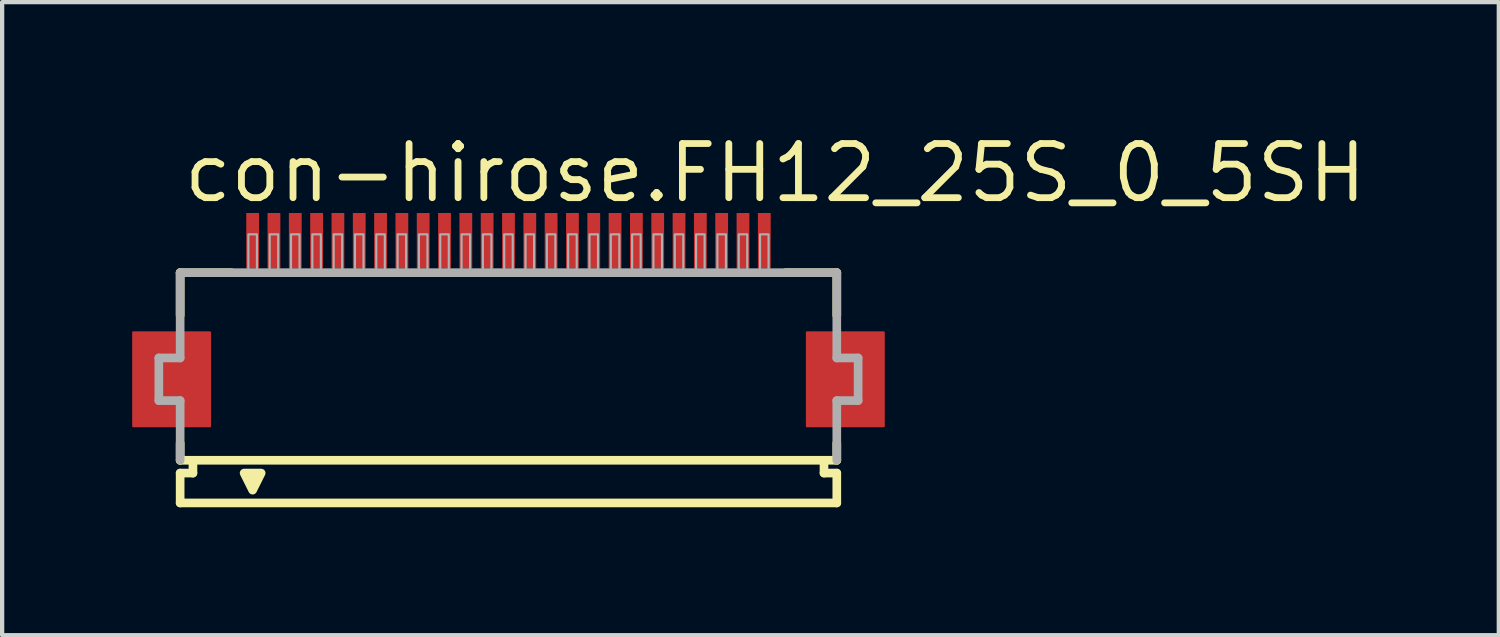
<source format=kicad_pcb>
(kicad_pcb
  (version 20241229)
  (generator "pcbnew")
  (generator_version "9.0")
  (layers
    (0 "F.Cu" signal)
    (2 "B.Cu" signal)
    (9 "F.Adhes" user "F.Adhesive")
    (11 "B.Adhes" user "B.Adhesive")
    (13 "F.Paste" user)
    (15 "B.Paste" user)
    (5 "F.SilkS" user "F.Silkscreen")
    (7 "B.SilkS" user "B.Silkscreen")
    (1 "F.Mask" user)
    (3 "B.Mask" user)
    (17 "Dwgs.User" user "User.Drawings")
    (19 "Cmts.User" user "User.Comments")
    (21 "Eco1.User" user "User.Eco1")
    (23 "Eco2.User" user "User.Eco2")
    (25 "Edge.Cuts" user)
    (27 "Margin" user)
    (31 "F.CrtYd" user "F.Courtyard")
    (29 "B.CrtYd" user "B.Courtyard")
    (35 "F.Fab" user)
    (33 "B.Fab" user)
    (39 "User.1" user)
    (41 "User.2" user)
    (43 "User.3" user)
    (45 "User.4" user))
  (footprint "con-hirose.FH12_25S_0_5SH"
    (layer "F.Cu")
    (at 8.875 5.845)
    (property "Reference" "con-hirose.FH12_25S_0_5SH" (at -7.698 -4.095 0) (layer "F.SilkS") (effects (font (size 1.27 1.27) (thickness 0.16)) (justify left bottom)))
    (attr smd)
    (fp_rect (start -8.8 1.1) (end -7 -1.1) (stroke (width 0.05) (type default)) (fill yes) (layer "F.Cu"))
    (fp_rect (start 7 1.1) (end 8.8 -1.1) (stroke (width 0.05) (type default)) (fill yes) (layer "F.Cu"))
    (fp_rect (start -8.85 1.175) (end -6.95 -1.175) (stroke (width 0.05) (type default)) (fill yes) (layer "F.Mask"))
    (fp_rect (start -6.2 -2.55) (end -5.8 -3.95) (stroke (width 0.05) (type default)) (fill yes) (layer "F.Mask"))
    (fp_rect (start -5.7 -2.55) (end -5.3 -3.95) (stroke (width 0.05) (type default)) (fill yes) (layer "F.Mask"))
    (fp_rect (start -5.2 -2.55) (end -4.8 -3.95) (stroke (width 0.05) (type default)) (fill yes) (layer "F.Mask"))
    (fp_rect (start -4.7 -2.55) (end -4.3 -3.95) (stroke (width 0.05) (type default)) (fill yes) (layer "F.Mask"))
    (fp_rect (start -4.2 -2.55) (end -3.8 -3.95) (stroke (width 0.05) (type default)) (fill yes) (layer "F.Mask"))
    (fp_rect (start -3.7 -2.55) (end -3.3 -3.95) (stroke (width 0.05) (type default)) (fill yes) (layer "F.Mask"))
    (fp_rect (start -3.2 -2.55) (end -2.8 -3.95) (stroke (width 0.05) (type default)) (fill yes) (layer "F.Mask"))
    (fp_rect (start -2.7 -2.55) (end -2.3 -3.95) (stroke (width 0.05) (type default)) (fill yes) (layer "F.Mask"))
    (fp_rect (start -2.2 -2.55) (end -1.8 -3.95) (stroke (width 0.05) (type default)) (fill yes) (layer "F.Mask"))
    (fp_rect (start -1.7 -2.55) (end -1.3 -3.95) (stroke (width 0.05) (type default)) (fill yes) (layer "F.Mask"))
    (fp_rect (start -1.2 -2.55) (end -0.8 -3.95) (stroke (width 0.05) (type default)) (fill yes) (layer "F.Mask"))
    (fp_rect (start -0.7 -2.55) (end -0.3 -3.95) (stroke (width 0.05) (type default)) (fill yes) (layer "F.Mask"))
    (fp_rect (start -0.2 -2.55) (end 0.2 -3.95) (stroke (width 0.05) (type default)) (fill yes) (layer "F.Mask"))
    (fp_rect (start 0.3 -2.55) (end 0.7 -3.95) (stroke (width 0.05) (type default)) (fill yes) (layer "F.Mask"))
    (fp_rect (start 0.8 -2.55) (end 1.2 -3.95) (stroke (width 0.05) (type default)) (fill yes) (layer "F.Mask"))
    (fp_rect (start 1.3 -2.55) (end 1.7 -3.95) (stroke (width 0.05) (type default)) (fill yes) (layer "F.Mask"))
    (fp_rect (start 1.8 -2.55) (end 2.2 -3.95) (stroke (width 0.05) (type default)) (fill yes) (layer "F.Mask"))
    (fp_rect (start 2.3 -2.55) (end 2.7 -3.95) (stroke (width 0.05) (type default)) (fill yes) (layer "F.Mask"))
    (fp_rect (start 2.8 -2.55) (end 3.2 -3.95) (stroke (width 0.05) (type default)) (fill yes) (layer "F.Mask"))
    (fp_rect (start 3.3 -2.55) (end 3.7 -3.95) (stroke (width 0.05) (type default)) (fill yes) (layer "F.Mask"))
    (fp_rect (start 3.8 -2.55) (end 4.2 -3.95) (stroke (width 0.05) (type default)) (fill yes) (layer "F.Mask"))
    (fp_rect (start 4.3 -2.55) (end 4.7 -3.95) (stroke (width 0.05) (type default)) (fill yes) (layer "F.Mask"))
    (fp_rect (start 4.8 -2.55) (end 5.2 -3.95) (stroke (width 0.05) (type default)) (fill yes) (layer "F.Mask"))
    (fp_rect (start 5.3 -2.55) (end 5.7 -3.95) (stroke (width 0.05) (type default)) (fill yes) (layer "F.Mask"))
    (fp_rect (start 5.8 -2.55) (end 6.2 -3.95) (stroke (width 0.05) (type default)) (fill yes) (layer "F.Mask"))
    (fp_rect (start 6.95 1.175) (end 8.85 -1.175) (stroke (width 0.05) (type default)) (fill yes) (layer "F.Mask"))
    (fp_line (start -7.7 -2.5) (end -7.7 -1.5) (stroke (width 0.203) (type default)) (layer "F.SilkS"))
    (fp_line (start -7.7 1.5) (end -7.7 1.9) (stroke (width 0.203) (type default)) (layer "F.SilkS"))
    (fp_line (start -7.7 1.9) (end -7.4 1.9) (stroke (width 0.203) (type default)) (layer "F.SilkS"))
    (fp_line (start -7.7 2.2) (end -7.7 2.9) (stroke (width 0.203) (type default)) (layer "F.SilkS"))
    (fp_line (start -7.4 1.9) (end -7.4 2.2) (stroke (width 0.203) (type default)) (layer "F.SilkS"))
    (fp_line (start -7.4 2.2) (end -7.7 2.2) (stroke (width 0.203) (type default)) (layer "F.SilkS"))
    (fp_line (start -6.5 -2.5) (end -7.7 -2.5) (stroke (width 0.203) (type default)) (layer "F.SilkS"))
    (fp_line (start 7.4 1.9) (end -7.4 1.9) (stroke (width 0.203) (type default)) (layer "F.SilkS"))
    (fp_line (start 7.4 1.9) (end 7.7 1.9) (stroke (width 0.203) (type default)) (layer "F.SilkS"))
    (fp_line (start 7.4 2.2) (end 7.4 1.9) (stroke (width 0.203) (type default)) (layer "F.SilkS"))
    (fp_line (start 7.7 -2.5) (end 6.5 -2.5) (stroke (width 0.203) (type default)) (layer "F.SilkS"))
    (fp_line (start 7.7 -1.5) (end 7.7 -2.5) (stroke (width 0.203) (type default)) (layer "F.SilkS"))
    (fp_line (start 7.7 1.9) (end 7.7 1.5) (stroke (width 0.203) (type default)) (layer "F.SilkS"))
    (fp_line (start 7.7 2.2) (end 7.4 2.2) (stroke (width 0.203) (type default)) (layer "F.SilkS"))
    (fp_line (start 7.7 2.9) (end -7.7 2.9) (stroke (width 0.203) (type default)) (layer "F.SilkS"))
    (fp_line (start 7.7 2.9) (end 7.7 2.2) (stroke (width 0.203) (type default)) (layer "F.SilkS"))
    (fp_poly (pts (xy -6.2 2.2) (xy -6 2.6) (xy -5.8 2.2)) (stroke (width 0.203) (type default)) (fill yes) (layer "F.SilkS"))
    (fp_rect (start -8.725 1.025) (end -7.075 -1.025) (stroke (width 0.05) (type default)) (fill yes) (layer "F.Paste"))
    (fp_rect (start -6.125 -2.625) (end -5.875 -3.875) (stroke (width 0.05) (type default)) (fill yes) (layer "F.Paste"))
    (fp_rect (start -5.625 -2.625) (end -5.375 -3.875) (stroke (width 0.05) (type default)) (fill yes) (layer "F.Paste"))
    (fp_rect (start -5.125 -2.625) (end -4.875 -3.875) (stroke (width 0.05) (type default)) (fill yes) (layer "F.Paste"))
    (fp_rect (start -4.625 -2.625) (end -4.375 -3.875) (stroke (width 0.05) (type default)) (fill yes) (layer "F.Paste"))
    (fp_rect (start -4.125 -2.625) (end -3.875 -3.875) (stroke (width 0.05) (type default)) (fill yes) (layer "F.Paste"))
    (fp_rect (start -3.625 -2.625) (end -3.375 -3.875) (stroke (width 0.05) (type default)) (fill yes) (layer "F.Paste"))
    (fp_rect (start -3.125 -2.625) (end -2.875 -3.875) (stroke (width 0.05) (type default)) (fill yes) (layer "F.Paste"))
    (fp_rect (start -2.625 -2.625) (end -2.375 -3.875) (stroke (width 0.05) (type default)) (fill yes) (layer "F.Paste"))
    (fp_rect (start -2.125 -2.625) (end -1.875 -3.875) (stroke (width 0.05) (type default)) (fill yes) (layer "F.Paste"))
    (fp_rect (start -1.625 -2.625) (end -1.375 -3.875) (stroke (width 0.05) (type default)) (fill yes) (layer "F.Paste"))
    (fp_rect (start -1.125 -2.625) (end -0.875 -3.875) (stroke (width 0.05) (type default)) (fill yes) (layer "F.Paste"))
    (fp_rect (start -0.625 -2.625) (end -0.375 -3.875) (stroke (width 0.05) (type default)) (fill yes) (layer "F.Paste"))
    (fp_rect (start -0.125 -2.625) (end 0.125 -3.875) (stroke (width 0.05) (type default)) (fill yes) (layer "F.Paste"))
    (fp_rect (start 0.375 -2.625) (end 0.625 -3.875) (stroke (width 0.05) (type default)) (fill yes) (layer "F.Paste"))
    (fp_rect (start 0.875 -2.625) (end 1.125 -3.875) (stroke (width 0.05) (type default)) (fill yes) (layer "F.Paste"))
    (fp_rect (start 1.375 -2.625) (end 1.625 -3.875) (stroke (width 0.05) (type default)) (fill yes) (layer "F.Paste"))
    (fp_rect (start 1.875 -2.625) (end 2.125 -3.875) (stroke (width 0.05) (type default)) (fill yes) (layer "F.Paste"))
    (fp_rect (start 2.375 -2.625) (end 2.625 -3.875) (stroke (width 0.05) (type default)) (fill yes) (layer "F.Paste"))
    (fp_rect (start 2.875 -2.625) (end 3.125 -3.875) (stroke (width 0.05) (type default)) (fill yes) (layer "F.Paste"))
    (fp_rect (start 3.375 -2.625) (end 3.625 -3.875) (stroke (width 0.05) (type default)) (fill yes) (layer "F.Paste"))
    (fp_rect (start 3.875 -2.625) (end 4.125 -3.875) (stroke (width 0.05) (type default)) (fill yes) (layer "F.Paste"))
    (fp_rect (start 4.375 -2.625) (end 4.625 -3.875) (stroke (width 0.05) (type default)) (fill yes) (layer "F.Paste"))
    (fp_rect (start 4.875 -2.625) (end 5.125 -3.875) (stroke (width 0.05) (type default)) (fill yes) (layer "F.Paste"))
    (fp_rect (start 5.375 -2.625) (end 5.625 -3.875) (stroke (width 0.05) (type default)) (fill yes) (layer "F.Paste"))
    (fp_rect (start 5.875 -2.625) (end 6.125 -3.875) (stroke (width 0.05) (type default)) (fill yes) (layer "F.Paste"))
    (fp_rect (start 7.075 1.025) (end 8.725 -1.025) (stroke (width 0.05) (type default)) (fill yes) (layer "F.Paste"))
    (fp_line (start -8.2 -0.5) (end -8.2 0.5) (stroke (width 0.203) (type default)) (layer "F.Fab"))
    (fp_line (start -8.2 0.5) (end -7.7 0.5) (stroke (width 0.203) (type default)) (layer "F.Fab"))
    (fp_line (start -7.7 -2.5) (end -7.7 -0.5) (stroke (width 0.203) (type default)) (layer "F.Fab"))
    (fp_line (start -7.7 -0.5) (end -8.2 -0.5) (stroke (width 0.203) (type default)) (layer "F.Fab"))
    (fp_line (start -7.7 0.5) (end -7.7 1.9) (stroke (width 0.203) (type default)) (layer "F.Fab"))
    (fp_line (start 7.7 -2.5) (end -7.7 -2.5) (stroke (width 0.203) (type default)) (layer "F.Fab"))
    (fp_line (start 7.7 -0.5) (end 7.7 -2.5) (stroke (width 0.203) (type default)) (layer "F.Fab"))
    (fp_line (start 7.7 0.5) (end 8.2 0.5) (stroke (width 0.203) (type default)) (layer "F.Fab"))
    (fp_line (start 7.7 1.9) (end 7.7 0.5) (stroke (width 0.203) (type default)) (layer "F.Fab"))
    (fp_line (start 8.2 -0.5) (end 7.7 -0.5) (stroke (width 0.203) (type default)) (layer "F.Fab"))
    (fp_line (start 8.2 0.5) (end 8.2 -0.5) (stroke (width 0.203) (type default)) (layer "F.Fab"))
    (fp_rect (start -6.1 -2.55) (end -5.9 -3.4) (stroke (width 0.05) (type default)) (fill no) (layer "F.Fab"))
    (fp_rect (start -5.6 -2.55) (end -5.4 -3.4) (stroke (width 0.05) (type default)) (fill no) (layer "F.Fab"))
    (fp_rect (start -5.1 -2.55) (end -4.9 -3.4) (stroke (width 0.05) (type default)) (fill no) (layer "F.Fab"))
    (fp_rect (start -4.6 -2.55) (end -4.4 -3.4) (stroke (width 0.05) (type default)) (fill no) (layer "F.Fab"))
    (fp_rect (start -4.1 -2.55) (end -3.9 -3.4) (stroke (width 0.05) (type default)) (fill no) (layer "F.Fab"))
    (fp_rect (start -3.6 -2.55) (end -3.4 -3.4) (stroke (width 0.05) (type default)) (fill no) (layer "F.Fab"))
    (fp_rect (start -3.1 -2.55) (end -2.9 -3.4) (stroke (width 0.05) (type default)) (fill no) (layer "F.Fab"))
    (fp_rect (start -2.6 -2.55) (end -2.4 -3.4) (stroke (width 0.05) (type default)) (fill no) (layer "F.Fab"))
    (fp_rect (start -2.1 -2.55) (end -1.9 -3.4) (stroke (width 0.05) (type default)) (fill no) (layer "F.Fab"))
    (fp_rect (start -1.6 -2.55) (end -1.4 -3.4) (stroke (width 0.05) (type default)) (fill no) (layer "F.Fab"))
    (fp_rect (start -1.1 -2.55) (end -0.9 -3.4) (stroke (width 0.05) (type default)) (fill no) (layer "F.Fab"))
    (fp_rect (start -0.6 -2.55) (end -0.4 -3.4) (stroke (width 0.05) (type default)) (fill no) (layer "F.Fab"))
    (fp_rect (start -0.1 -2.55) (end 0.1 -3.4) (stroke (width 0.05) (type default)) (fill no) (layer "F.Fab"))
    (fp_rect (start 0.4 -2.55) (end 0.6 -3.4) (stroke (width 0.05) (type default)) (fill no) (layer "F.Fab"))
    (fp_rect (start 0.9 -2.55) (end 1.1 -3.4) (stroke (width 0.05) (type default)) (fill no) (layer "F.Fab"))
    (fp_rect (start 1.4 -2.55) (end 1.6 -3.4) (stroke (width 0.05) (type default)) (fill no) (layer "F.Fab"))
    (fp_rect (start 1.9 -2.55) (end 2.1 -3.4) (stroke (width 0.05) (type default)) (fill no) (layer "F.Fab"))
    (fp_rect (start 2.4 -2.55) (end 2.6 -3.4) (stroke (width 0.05) (type default)) (fill no) (layer "F.Fab"))
    (fp_rect (start 2.9 -2.55) (end 3.1 -3.4) (stroke (width 0.05) (type default)) (fill no) (layer "F.Fab"))
    (fp_rect (start 3.4 -2.55) (end 3.6 -3.4) (stroke (width 0.05) (type default)) (fill no) (layer "F.Fab"))
    (fp_rect (start 3.9 -2.55) (end 4.1 -3.4) (stroke (width 0.05) (type default)) (fill no) (layer "F.Fab"))
    (fp_rect (start 4.4 -2.55) (end 4.6 -3.4) (stroke (width 0.05) (type default)) (fill no) (layer "F.Fab"))
    (fp_rect (start 4.9 -2.55) (end 5.1 -3.4) (stroke (width 0.05) (type default)) (fill no) (layer "F.Fab"))
    (fp_rect (start 5.4 -2.55) (end 5.6 -3.4) (stroke (width 0.05) (type default)) (fill no) (layer "F.Fab"))
    (fp_rect (start 5.9 -2.55) (end 6.1 -3.4) (stroke (width 0.05) (type default)) (fill no) (layer "F.Fab"))
    (pad "1" smd roundrect (at -6 -3.25) (size 0.3 1.3) (layers "F.Cu" "F.Mask" "F.Paste") (roundrect_rratio 0.01))
    (pad "2" smd roundrect (at -5.5 -3.25) (size 0.3 1.3) (layers "F.Cu" "F.Mask" "F.Paste") (roundrect_rratio 0.01))
    (pad "3" smd roundrect (at -5 -3.25) (size 0.3 1.3) (layers "F.Cu" "F.Mask" "F.Paste") (roundrect_rratio 0.01))
    (pad "4" smd roundrect (at -4.5 -3.25) (size 0.3 1.3) (layers "F.Cu" "F.Mask" "F.Paste") (roundrect_rratio 0.01))
    (pad "5" smd roundrect (at -4 -3.25) (size 0.3 1.3) (layers "F.Cu" "F.Mask" "F.Paste") (roundrect_rratio 0.01))
    (pad "6" smd roundrect (at -3.5 -3.25) (size 0.3 1.3) (layers "F.Cu" "F.Mask" "F.Paste") (roundrect_rratio 0.01))
    (pad "7" smd roundrect (at -3 -3.25) (size 0.3 1.3) (layers "F.Cu" "F.Mask" "F.Paste") (roundrect_rratio 0.01))
    (pad "8" smd roundrect (at -2.5 -3.25) (size 0.3 1.3) (layers "F.Cu" "F.Mask" "F.Paste") (roundrect_rratio 0.01))
    (pad "9" smd roundrect (at -2 -3.25) (size 0.3 1.3) (layers "F.Cu" "F.Mask" "F.Paste") (roundrect_rratio 0.01))
    (pad "10" smd roundrect (at -1.5 -3.25) (size 0.3 1.3) (layers "F.Cu" "F.Mask" "F.Paste") (roundrect_rratio 0.01))
    (pad "11" smd roundrect (at -1 -3.25) (size 0.3 1.3) (layers "F.Cu" "F.Mask" "F.Paste") (roundrect_rratio 0.01))
    (pad "12" smd roundrect (at -0.5 -3.25) (size 0.3 1.3) (layers "F.Cu" "F.Mask" "F.Paste") (roundrect_rratio 0.01))
    (pad "13" smd roundrect (at 0 -3.25) (size 0.3 1.3) (layers "F.Cu" "F.Mask" "F.Paste") (roundrect_rratio 0.01))
    (pad "14" smd roundrect (at 0.5 -3.25) (size 0.3 1.3) (layers "F.Cu" "F.Mask" "F.Paste") (roundrect_rratio 0.01))
    (pad "15" smd roundrect (at 1 -3.25) (size 0.3 1.3) (layers "F.Cu" "F.Mask" "F.Paste") (roundrect_rratio 0.01))
    (pad "16" smd roundrect (at 1.5 -3.25) (size 0.3 1.3) (layers "F.Cu" "F.Mask" "F.Paste") (roundrect_rratio 0.01))
    (pad "17" smd roundrect (at 2 -3.25) (size 0.3 1.3) (layers "F.Cu" "F.Mask" "F.Paste") (roundrect_rratio 0.01))
    (pad "18" smd roundrect (at 2.5 -3.25) (size 0.3 1.3) (layers "F.Cu" "F.Mask" "F.Paste") (roundrect_rratio 0.01))
    (pad "19" smd roundrect (at 3 -3.25) (size 0.3 1.3) (layers "F.Cu" "F.Mask" "F.Paste") (roundrect_rratio 0.01))
    (pad "20" smd roundrect (at 3.5 -3.25) (size 0.3 1.3) (layers "F.Cu" "F.Mask" "F.Paste") (roundrect_rratio 0.01))
    (pad "21" smd roundrect (at 4 -3.25) (size 0.3 1.3) (layers "F.Cu" "F.Mask" "F.Paste") (roundrect_rratio 0.01))
    (pad "22" smd roundrect (at 4.5 -3.25) (size 0.3 1.3) (layers "F.Cu" "F.Mask" "F.Paste") (roundrect_rratio 0.01))
    (pad "23" smd roundrect (at 5 -3.25) (size 0.3 1.3) (layers "F.Cu" "F.Mask" "F.Paste") (roundrect_rratio 0.01))
    (pad "24" smd roundrect (at 5.5 -3.25) (size 0.3 1.3) (layers "F.Cu" "F.Mask" "F.Paste") (roundrect_rratio 0.01))
    (pad "25" smd roundrect (at 6 -3.25) (size 0.3 1.3) (layers "F.Cu" "F.Mask" "F.Paste") (roundrect_rratio 0.01)))
  (gr_rect
    (start -3 -3)
    (end 32.101 11.847)
    (stroke (width 0.1) (type default))
    (fill no)
    (layer "Edge.Cuts")))
</source>
